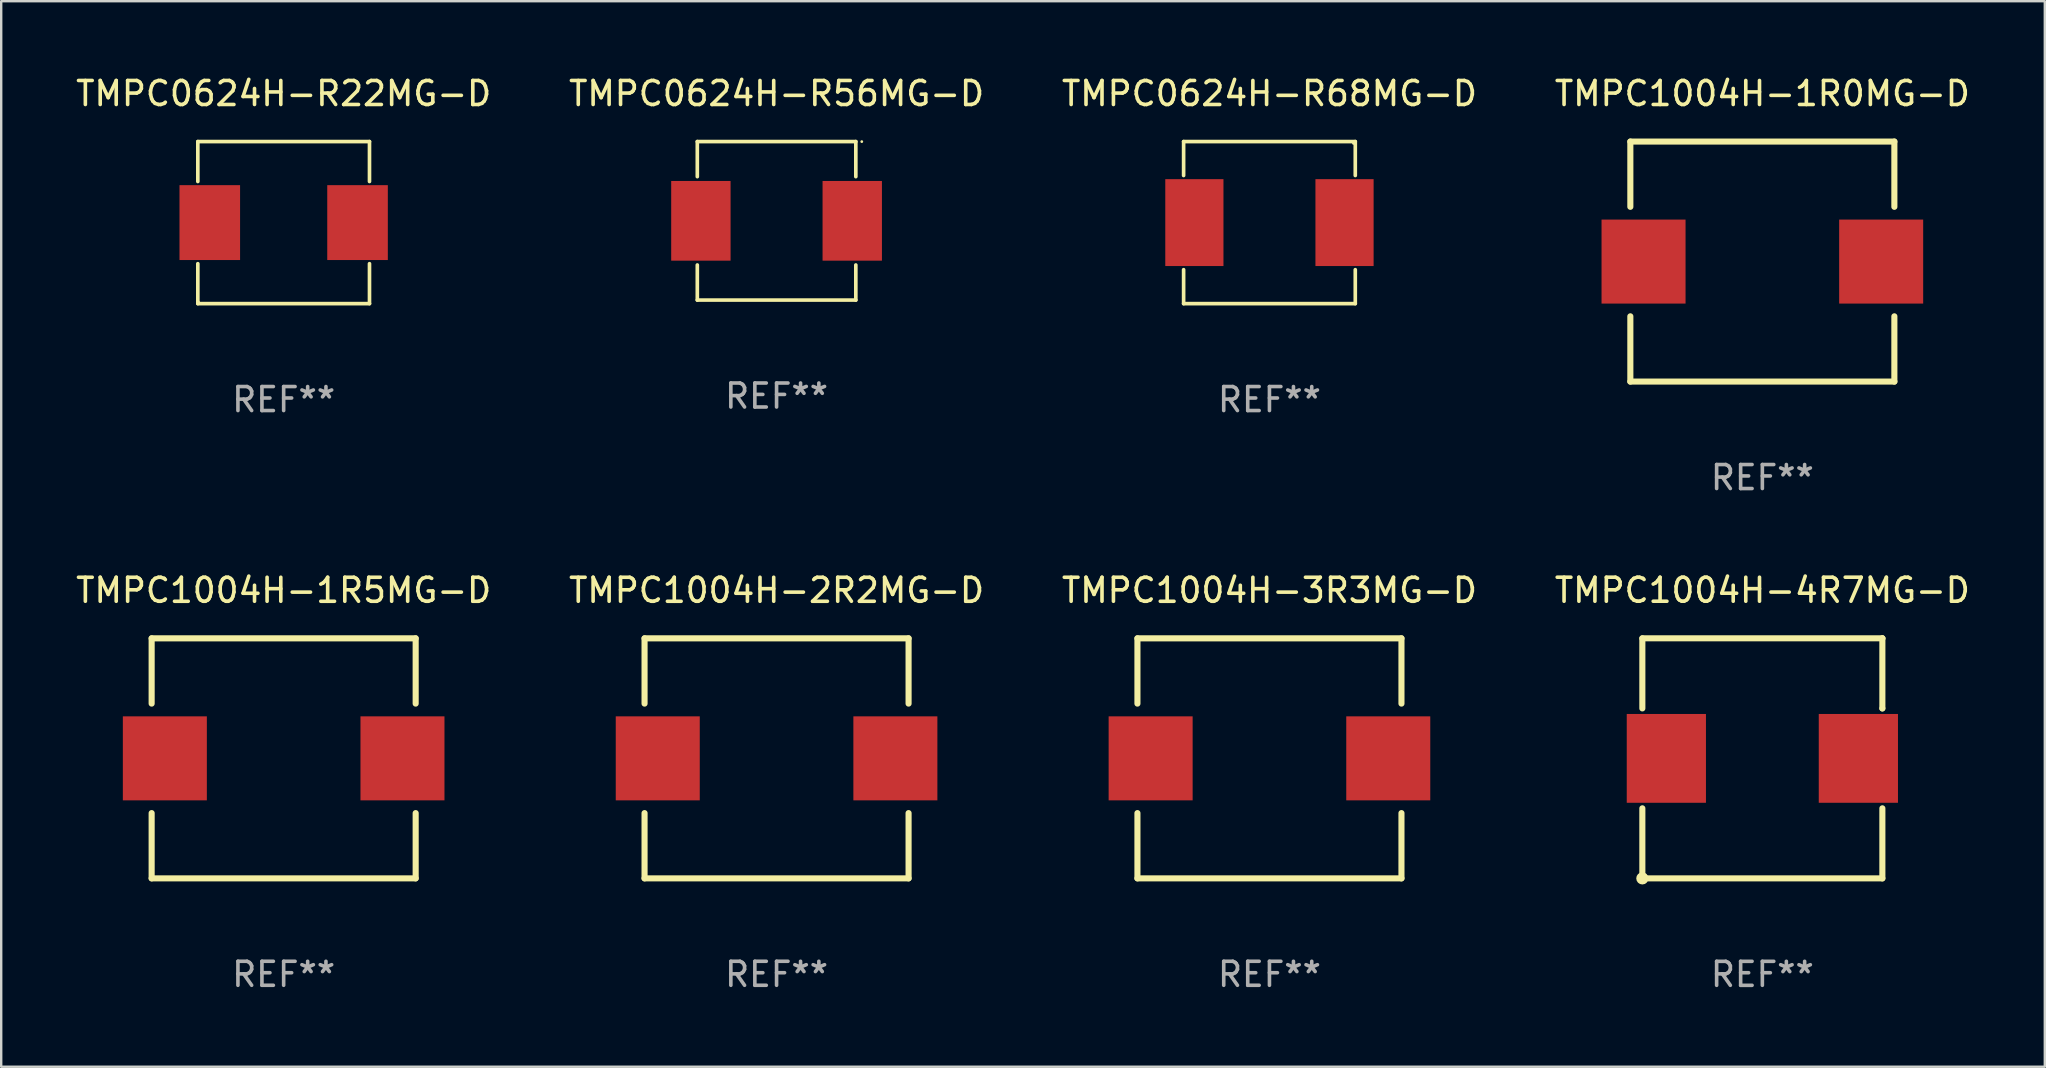
<source format=kicad_pcb>
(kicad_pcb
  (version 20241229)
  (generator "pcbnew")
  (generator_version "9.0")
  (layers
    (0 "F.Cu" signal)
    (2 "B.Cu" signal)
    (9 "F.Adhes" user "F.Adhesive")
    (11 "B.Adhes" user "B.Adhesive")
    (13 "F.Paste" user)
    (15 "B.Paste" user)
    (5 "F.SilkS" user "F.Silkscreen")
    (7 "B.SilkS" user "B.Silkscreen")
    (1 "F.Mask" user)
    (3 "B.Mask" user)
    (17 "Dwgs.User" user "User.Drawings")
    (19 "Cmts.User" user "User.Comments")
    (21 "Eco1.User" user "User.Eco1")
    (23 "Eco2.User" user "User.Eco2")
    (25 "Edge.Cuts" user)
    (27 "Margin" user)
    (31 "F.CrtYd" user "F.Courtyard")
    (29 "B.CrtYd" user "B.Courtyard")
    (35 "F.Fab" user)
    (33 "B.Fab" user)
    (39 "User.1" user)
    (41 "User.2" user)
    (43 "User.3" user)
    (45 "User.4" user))
  (footprint "TMPC1004H-3R3MG-D"
    (layer "F.Cu")
    (at 49.839 28.545)
    (property "Reference" "TMPC1004H-3R3MG-D" (at 0 -7 0) (layer "F.SilkS") (effects (font (size 1 1) (thickness 0.15))))
    (attr through_hole)
    (fp_line (start -5.5 -5) (end 5.5 -5) (stroke (width 0.254) (type solid)) (layer "F.SilkS"))
    (fp_line (start -5.5 -2.281) (end -5.5 -5) (stroke (width 0.254) (type solid)) (layer "F.SilkS"))
    (fp_line (start -5.5 5) (end -5.5 2.281) (stroke (width 0.254) (type solid)) (layer "F.SilkS"))
    (fp_line (start -5.5 5) (end 5.5 5) (stroke (width 0.254) (type solid)) (layer "F.SilkS"))
    (fp_line (start 5.5 -2.281) (end 5.5 -5) (stroke (width 0.254) (type solid)) (layer "F.SilkS"))
    (fp_line (start 5.5 5) (end 5.5 2.281) (stroke (width 0.254) (type solid)) (layer "F.SilkS"))
    (fp_circle (center -5.5 5) (end -5.47 5) (stroke (width 0.06) (type solid)) (fill no) (layer "F.SilkS"))
    (fp_text user "REF**" (at 0 9 0) (layer "F.Fab") (effects (font (size 1 1) (thickness 0.15))))
    (pad "1" smd rect (at -4.95 0 90) (size 3.5 3.5) (layers "F.Cu" "F.Mask" "F.Paste"))
    (pad "2" smd rect (at 4.95 0 270) (size 3.5 3.5) (layers "F.Cu" "F.Mask" "F.Paste")))
  (footprint "TMPC1004H-1R5MG-D"
    (layer "F.Cu")
    (at 8.768 28.545)
    (property "Reference" "TMPC1004H-1R5MG-D" (at 0 -7 0) (layer "F.SilkS") (effects (font (size 1 1) (thickness 0.15))))
    (attr through_hole)
    (fp_line (start -5.5 -5) (end 5.5 -5) (stroke (width 0.254) (type solid)) (layer "F.SilkS"))
    (fp_line (start -5.5 -2.281) (end -5.5 -5) (stroke (width 0.254) (type solid)) (layer "F.SilkS"))
    (fp_line (start -5.5 5) (end -5.5 2.281) (stroke (width 0.254) (type solid)) (layer "F.SilkS"))
    (fp_line (start -5.5 5) (end 5.5 5) (stroke (width 0.254) (type solid)) (layer "F.SilkS"))
    (fp_line (start 5.5 -2.281) (end 5.5 -5) (stroke (width 0.254) (type solid)) (layer "F.SilkS"))
    (fp_line (start 5.5 5) (end 5.5 2.281) (stroke (width 0.254) (type solid)) (layer "F.SilkS"))
    (fp_circle (center -5.5 5) (end -5.47 5) (stroke (width 0.06) (type solid)) (fill no) (layer "F.SilkS"))
    (fp_text user "REF**" (at 0 9 0) (layer "F.Fab") (effects (font (size 1 1) (thickness 0.15))))
    (pad "1" smd rect (at -4.95 0 90) (size 3.5 3.5) (layers "F.Cu" "F.Mask" "F.Paste"))
    (pad "2" smd rect (at 4.95 0 270) (size 3.5 3.5) (layers "F.Cu" "F.Mask" "F.Paste")))
  (footprint "TMPC0624H-R68MG-D"
    (layer "F.Cu")
    (at 49.839 6.224)
    (property "Reference" "TMPC0624H-R68MG-D" (at 0 -5.376 0) (layer "F.SilkS") (effects (font (size 1 1) (thickness 0.15))))
    (attr through_hole)
    (fp_line (start -3.576 -3.376) (end 3.576 -3.376) (stroke (width 0.152) (type solid)) (layer "F.SilkS"))
    (fp_line (start -3.576 -1.962) (end -3.576 -3.376) (stroke (width 0.152) (type solid)) (layer "F.SilkS"))
    (fp_line (start -3.576 1.962) (end -3.576 3.376) (stroke (width 0.152) (type solid)) (layer "F.SilkS"))
    (fp_line (start -3.576 3.376) (end 3.576 3.376) (stroke (width 0.152) (type solid)) (layer "F.SilkS"))
    (fp_line (start 3.576 -3.376) (end 3.576 -1.962) (stroke (width 0.152) (type solid)) (layer "F.SilkS"))
    (fp_line (start 3.576 3.376) (end 3.576 1.962) (stroke (width 0.152) (type solid)) (layer "F.SilkS"))
    (fp_circle (center 3.5 -3.3) (end 3.53 -3.3) (stroke (width 0.06) (type solid)) (fill no) (layer "F.SilkS"))
    (fp_text user "REF**" (at 0 7.376 0) (layer "F.Fab") (effects (font (size 1 1) (thickness 0.15))))
    (pad "1" smd rect (at 3.128 0) (size 2.424 3.62) (layers "F.Cu" "F.Mask" "F.Paste"))
    (pad "2" smd rect (at -3.128 0) (size 2.424 3.62) (layers "F.Cu" "F.Mask" "F.Paste")))
  (footprint "TMPC1004H-2R2MG-D"
    (layer "F.Cu")
    (at 29.304 28.545)
    (property "Reference" "TMPC1004H-2R2MG-D" (at 0 -7 0) (layer "F.SilkS") (effects (font (size 1 1) (thickness 0.15))))
    (attr through_hole)
    (fp_line (start -5.5 -5) (end 5.5 -5) (stroke (width 0.254) (type solid)) (layer "F.SilkS"))
    (fp_line (start -5.5 -2.281) (end -5.5 -5) (stroke (width 0.254) (type solid)) (layer "F.SilkS"))
    (fp_line (start -5.5 5) (end -5.5 2.281) (stroke (width 0.254) (type solid)) (layer "F.SilkS"))
    (fp_line (start -5.5 5) (end 5.5 5) (stroke (width 0.254) (type solid)) (layer "F.SilkS"))
    (fp_line (start 5.5 -2.281) (end 5.5 -5) (stroke (width 0.254) (type solid)) (layer "F.SilkS"))
    (fp_line (start 5.5 5) (end 5.5 2.281) (stroke (width 0.254) (type solid)) (layer "F.SilkS"))
    (fp_circle (center -5.5 5) (end -5.47 5) (stroke (width 0.06) (type solid)) (fill no) (layer "F.SilkS"))
    (fp_text user "REF**" (at 0 9 0) (layer "F.Fab") (effects (font (size 1 1) (thickness 0.15))))
    (pad "1" smd rect (at -4.95 0 90) (size 3.5 3.5) (layers "F.Cu" "F.Mask" "F.Paste"))
    (pad "2" smd rect (at 4.95 0 270) (size 3.5 3.5) (layers "F.Cu" "F.Mask" "F.Paste")))
  (footprint "TMPC0624H-R22MG-D"
    (layer "F.Cu")
    (at 8.768 6.224)
    (property "Reference" "TMPC0624H-R22MG-D" (at 0 -5.376 0) (layer "F.SilkS") (effects (font (size 1 1) (thickness 0.15))))
    (attr through_hole)
    (fp_line (start -3.576 -3.376) (end 3.576 -3.376) (stroke (width 0.152) (type solid)) (layer "F.SilkS"))
    (fp_line (start -3.576 -1.712) (end -3.576 -3.376) (stroke (width 0.152) (type solid)) (layer "F.SilkS"))
    (fp_line (start -3.576 1.712) (end -3.576 3.376) (stroke (width 0.152) (type solid)) (layer "F.SilkS"))
    (fp_line (start -3.576 3.376) (end 3.576 3.376) (stroke (width 0.152) (type solid)) (layer "F.SilkS"))
    (fp_line (start 3.576 -3.376) (end 3.576 -1.712) (stroke (width 0.152) (type solid)) (layer "F.SilkS"))
    (fp_line (start 3.576 3.376) (end 3.576 1.712) (stroke (width 0.152) (type solid)) (layer "F.SilkS"))
    (fp_circle (center -3.552 3.307) (end -3.522 3.307) (stroke (width 0.06) (type solid)) (fill no) (layer "F.SilkS"))
    (fp_text user "REF**" (at 0 7.376 0) (layer "F.Fab") (effects (font (size 1 1) (thickness 0.15))))
    (pad "1" smd rect (at -3.078 0) (size 2.524 3.12) (layers "F.Cu" "F.Mask" "F.Paste"))
    (pad "2" smd rect (at 3.078 0) (size 2.524 3.12) (layers "F.Cu" "F.Mask" "F.Paste")))
  (footprint "TMPC1004H-1R0MG-D"
    (layer "F.Cu")
    (at 70.375 7.848)
    (property "Reference" "TMPC1004H-1R0MG-D" (at 0 -7 0) (layer "F.SilkS") (effects (font (size 1 1) (thickness 0.15))))
    (attr through_hole)
    (fp_line (start -5.5 -5) (end 5.5 -5) (stroke (width 0.254) (type solid)) (layer "F.SilkS"))
    (fp_line (start -5.5 -2.281) (end -5.5 -5) (stroke (width 0.254) (type solid)) (layer "F.SilkS"))
    (fp_line (start -5.5 5) (end -5.5 2.281) (stroke (width 0.254) (type solid)) (layer "F.SilkS"))
    (fp_line (start -5.5 5) (end 5.5 5) (stroke (width 0.254) (type solid)) (layer "F.SilkS"))
    (fp_line (start 5.5 -2.281) (end 5.5 -5) (stroke (width 0.254) (type solid)) (layer "F.SilkS"))
    (fp_line (start 5.5 5) (end 5.5 2.281) (stroke (width 0.254) (type solid)) (layer "F.SilkS"))
    (fp_circle (center -5.5 5) (end -5.47 5) (stroke (width 0.06) (type solid)) (fill no) (layer "F.SilkS"))
    (fp_text user "REF**" (at 0 9 0) (layer "F.Fab") (effects (font (size 1 1) (thickness 0.15))))
    (pad "1" smd rect (at -4.95 0 90) (size 3.5 3.5) (layers "F.Cu" "F.Mask" "F.Paste"))
    (pad "2" smd rect (at 4.95 0 270) (size 3.5 3.5) (layers "F.Cu" "F.Mask" "F.Paste")))
  (footprint "TMPC1004H-4R7MG-D"
    (layer "F.Cu")
    (at 70.375 28.545)
    (property "Reference" "TMPC1004H-4R7MG-D" (at 0 -7.001 0) (layer "F.SilkS") (effects (font (size 1 1) (thickness 0.15))))
    (attr through_hole)
    (fp_line (start -5 -5.001) (end 5 -5.001) (stroke (width 0.254) (type solid)) (layer "F.SilkS"))
    (fp_line (start -5 -2.081) (end -5 -4.999) (stroke (width 0.254) (type solid)) (layer "F.SilkS"))
    (fp_line (start -5 5.001) (end -5 2.082) (stroke (width 0.254) (type solid)) (layer "F.SilkS"))
    (fp_line (start 5 -5.001) (end 5 -4.998) (stroke (width 0.254) (type solid)) (layer "F.SilkS"))
    (fp_line (start 5 -4.998) (end 5 -2.08) (stroke (width 0.254) (type solid)) (layer "F.SilkS"))
    (fp_line (start 5 -2.08) (end 5 -2.08) (stroke (width 0.254) (type solid)) (layer "F.SilkS"))
    (fp_line (start 5 2.082) (end 5 5.001) (stroke (width 0.254) (type solid)) (layer "F.SilkS"))
    (fp_line (start 5 5.001) (end -5 5.001) (stroke (width 0.254) (type solid)) (layer "F.SilkS"))
    (fp_circle (center -5 5.001) (end -4.873 5.001) (stroke (width 0.254) (type solid)) (fill no) (layer "F.SilkS"))
    (fp_text user "REF**" (at 0 9.001 0) (layer "F.Fab") (effects (font (size 1 1) (thickness 0.15))))
    (pad "1" smd rect (at -4 0.001) (size 3.3 3.7) (layers "F.Cu" "F.Mask" "F.Paste"))
    (pad "2" smd rect (at 4 0.001) (size 3.3 3.7) (layers "F.Cu" "F.Mask" "F.Paste")))
  (footprint "TMPC0624H-R56MG-D"
    (layer "F.Cu")
    (at 29.304 6.15)
    (property "Reference" "TMPC0624H-R56MG-D" (at 0 -5.302 0) (layer "F.SilkS") (effects (font (size 1 1) (thickness 0.15))))
    (attr through_hole)
    (fp_line (start -3.302 -3.302) (end -3.302 -1.84) (stroke (width 0.152) (type solid)) (layer "F.SilkS"))
    (fp_line (start -3.302 1.84) (end -3.302 3.302) (stroke (width 0.152) (type solid)) (layer "F.SilkS"))
    (fp_line (start -3.302 3.302) (end 3.302 3.302) (stroke (width 0.152) (type solid)) (layer "F.SilkS"))
    (fp_line (start 3.302 -3.302) (end -3.302 -3.302) (stroke (width 0.152) (type solid)) (layer "F.SilkS"))
    (fp_line (start 3.302 -1.84) (end 3.302 -3.302) (stroke (width 0.152) (type solid)) (layer "F.SilkS"))
    (fp_line (start 3.302 3.302) (end 3.302 1.84) (stroke (width 0.152) (type solid)) (layer "F.SilkS"))
    (fp_circle (center 3.55 -3.3) (end 3.58 -3.3) (stroke (width 0.06) (type solid)) (fill no) (layer "F.SilkS"))
    (fp_text user "REF**" (at 0 7.302 0) (layer "F.Fab") (effects (font (size 1 1) (thickness 0.15))))
    (pad "1" smd rect (at 3.153 0) (size 2.474 3.32) (layers "F.Cu" "F.Mask" "F.Paste"))
    (pad "2" smd rect (at -3.153 0) (size 2.474 3.32) (layers "F.Cu" "F.Mask" "F.Paste")))
  (gr_rect
    (start -3 -3)
    (end 82.143 41.394)
    (stroke (width 0.1) (type default))
    (fill no)
    (layer "Edge.Cuts")))
</source>
